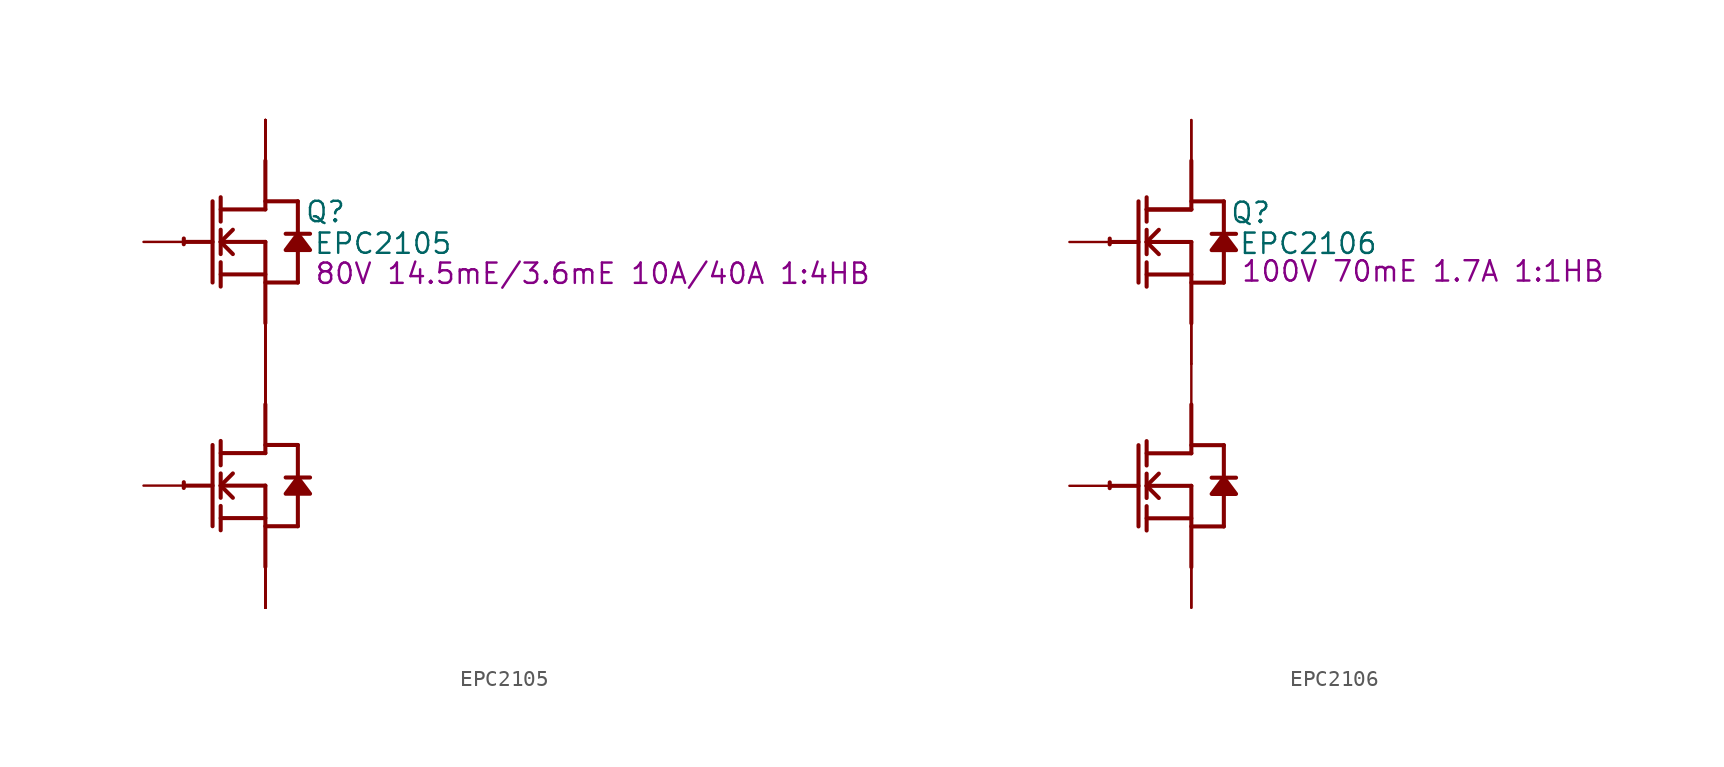
<source format=kicad_sym>
(kicad_symbol_lib
  (version 20241209)
  (generator "kicad_symbol_editor")
  (generator_version "9.0")
  (symbol "EPC2105"
    (property "Reference" "Q"
      (at 3.759 1.88 0)
      (effects (font (size 1.27 1.27))))
    (property "Value" "EPC2105"
      (at 7.366 -0.102 0)
      (effects (font (size 1.27 1.27))))
    (property "Description" "80V 14.5mE/3.6mE 10A/40A 1:4HB"
      (at 20.472 -1.981 0)
      (effects (font (size 1.27 1.27))))
    (symbol "EPC2105_1_0"
      (polyline (pts (xy -5.08 0) (xy -3.302 0)) (stroke (width 0.254) (type solid)) (fill (type none)))
      (polyline (pts (xy -5.08 -15.24) (xy -3.302 -15.24)) (stroke (width 0.254) (type solid)) (fill (type none)))
      (polyline (pts (xy -3.302 2.54) (xy -3.302 -2.54)) (stroke (width 0.254) (type solid)) (fill (type none)))
      (polyline (pts (xy -3.302 -12.7) (xy -3.302 -17.78)) (stroke (width 0.254) (type solid)) (fill (type none)))
      (polyline (pts (xy -2.794 1.27) (xy -2.794 2.794)) (stroke (width 0.254) (type solid)) (fill (type none)))
      (polyline (pts (xy -2.794 0) (xy -2.032 0.762)) (stroke (width 0.254) (type solid)) (fill (type none)))
      (polyline (pts (xy -2.794 0) (xy 0 0)) (stroke (width 0.254) (type solid)) (fill (type none)))
      (polyline (pts (xy -2.794 -0.762) (xy -2.794 0.762)) (stroke (width 0.254) (type solid)) (fill (type none)))
      (polyline (pts (xy -2.794 -2.032) (xy 0 -2.032)) (stroke (width 0.254) (type solid)) (fill (type none)))
      (polyline (pts (xy -2.794 -2.794) (xy -2.794 -1.27)) (stroke (width 0.254) (type solid)) (fill (type none)))
      (polyline (pts (xy -2.794 -13.97) (xy -2.794 -12.446)) (stroke (width 0.254) (type solid)) (fill (type none)))
      (polyline (pts (xy -2.794 -15.24) (xy -2.032 -14.478)) (stroke (width 0.254) (type solid)) (fill (type none)))
      (polyline (pts (xy -2.794 -15.24) (xy 0 -15.24)) (stroke (width 0.254) (type solid)) (fill (type none)))
      (polyline (pts (xy -2.794 -16.002) (xy -2.794 -14.478)) (stroke (width 0.254) (type solid)) (fill (type none)))
      (polyline (pts (xy -2.794 -17.272) (xy 0 -17.272)) (stroke (width 0.254) (type solid)) (fill (type none)))
      (polyline (pts (xy -2.794 -18.034) (xy -2.794 -16.51)) (stroke (width 0.254) (type solid)) (fill (type none)))
      (polyline (pts (xy -2.032 -0.762) (xy -2.794 0)) (stroke (width 0.254) (type solid)) (fill (type none)))
      (polyline (pts (xy -2.032 -16.002) (xy -2.794 -15.24)) (stroke (width 0.254) (type solid)) (fill (type none)))
      (polyline (pts (xy 0 2.54) (xy 2.032 2.54)) (stroke (width 0.254) (type solid)) (fill (type none)))
      (polyline (pts (xy 0 2.032) (xy -2.794 2.032)) (stroke (width 0.254) (type solid)) (fill (type none)))
      (polyline (pts (xy 0 2.032) (xy 0 5.08)) (stroke (width 0.254) (type solid)) (fill (type none)))
      (polyline (pts (xy 0 0) (xy 0 -5.08)) (stroke (width 0.254) (type solid)) (fill (type none)))
      (polyline (pts (xy 0 -2.54) (xy 2.032 -2.54)) (stroke (width 0.254) (type solid)) (fill (type none)))
      (polyline (pts (xy 0 -12.7) (xy 2.032 -12.7)) (stroke (width 0.254) (type solid)) (fill (type none)))
      (polyline (pts (xy 0 -13.208) (xy -2.794 -13.208)) (stroke (width 0.254) (type solid)) (fill (type none)))
      (polyline (pts (xy 0 -13.208) (xy 0 -10.16)) (stroke (width 0.254) (type solid)) (fill (type none)))
      (polyline (pts (xy 0 -15.24) (xy 0 -20.32)) (stroke (width 0.254) (type solid)) (fill (type none)))
      (polyline (pts (xy 0 -17.78) (xy 2.032 -17.78)) (stroke (width 0.254) (type solid)) (fill (type none)))
      (arc (start -5.1019 -0.1467) (mid -5.1039 0.0331) (end -5.0996 0.2128) (stroke (width 0.254) (type solid)) (fill (type none)))
      (arc (start -5.1019 -15.3867) (mid -5.1039 -15.2069) (end -5.0996 -15.0272) (stroke (width 0.254) (type solid)) (fill (type none)))
      (polyline (pts (xy 2.032 2.54) (xy 2.032 0.508)) (stroke (width 0.254) (type solid)) (fill (type none)))
      (polyline (pts (xy 2.032 0.508) (xy 1.27 -0.508) (xy 2.794 -0.508) (xy 2.032 0.508)) (stroke (width 0.254) (type solid)) (fill (type outline)))
      (polyline (pts (xy 2.032 -0.508) (xy 2.032 -2.54)) (stroke (width 0.254) (type solid)) (fill (type none)))
      (polyline (pts (xy 2.032 -12.7) (xy 2.032 -14.732)) (stroke (width 0.254) (type solid)) (fill (type none)))
      (polyline (pts (xy 2.032 -14.732) (xy 1.27 -15.748) (xy 2.794 -15.748) (xy 2.032 -14.732)) (stroke (width 0.254) (type solid)) (fill (type outline)))
      (polyline (pts (xy 2.032 -15.748) (xy 2.032 -17.78)) (stroke (width 0.254) (type solid)) (fill (type none)))
      (polyline (pts (xy 2.794 0.508) (xy 1.27 0.508)) (stroke (width 0.254) (type solid)) (fill (type none)))
      (polyline (pts (xy 2.794 -14.732) (xy 1.27 -14.732)) (stroke (width 0.254) (type solid)) (fill (type none)))
      (pin passive line (at -7.62 0 0) (length 2.54) (name "G1" (effects (font (size 0 0)))) (number "2" (effects (font (size 0 0)))))
      (pin passive line (at -7.62 -15.24 0) (length 2.54) (name "G2" (effects (font (size 0 0)))) (number "4" (effects (font (size 0 0)))))
      (pin open_collector line (at 0 7.62 270) (length 2.54) (name "D1" (effects (font (size 0 0)))) (number "1" (effects (font (size 0 0)))))
      (pin open_collector line (at 0 7.62 270) (length 2.54) (name "D1" (effects (font (size 0 0)))) (number "11" (effects (font (size 0 0)))))
      (pin open_collector line (at 0 7.62 270) (length 2.54) (name "D1" (effects (font (size 0 0)))) (number "21" (effects (font (size 0 0)))))
      (pin open_collector line (at 0 7.62 270) (length 2.54) (name "D1" (effects (font (size 0 0)))) (number "31" (effects (font (size 0 0)))))
      (pin open_collector line (at 0 7.62 270) (length 2.54) (name "D1" (effects (font (size 0 0)))) (number "41" (effects (font (size 0 0)))))
      (pin open_collector line (at 0 7.62 270) (length 2.54) (name "D1" (effects (font (size 0 0)))) (number "51" (effects (font (size 0 0)))))
      (pin open_collector line (at 0 7.62 270) (length 2.54) (name "D1" (effects (font (size 0 0)))) (number "61" (effects (font (size 0 0)))))
      (pin open_collector line (at 0 7.62 270) (length 2.54) (name "D1" (effects (font (size 0 0)))) (number "71" (effects (font (size 0 0)))))
      (pin open_collector line (at 0 -7.62 270) (length 2.54) (name "D2" (effects (font (size 0 0)))) (number "10" (effects (font (size 0 0)))))
      (pin open_emitter line (at 0 -7.62 90) (length 2.54) (name "S1" (effects (font (size 0 0)))) (number "16" (effects (font (size 0 0)))))
      (pin open_collector line (at 0 -7.62 270) (length 2.54) (name "D2" (effects (font (size 0 0)))) (number "17" (effects (font (size 0 0)))))
      (pin open_collector line (at 0 -7.62 270) (length 2.54) (name "D2" (effects (font (size 0 0)))) (number "18" (effects (font (size 0 0)))))
      (pin open_collector line (at 0 -7.62 270) (length 2.54) (name "D2" (effects (font (size 0 0)))) (number "19" (effects (font (size 0 0)))))
      (pin open_collector line (at 0 -7.62 270) (length 2.54) (name "D2" (effects (font (size 0 0)))) (number "20" (effects (font (size 0 0)))))
      (pin open_emitter line (at 0 -7.62 90) (length 2.54) (name "S1" (effects (font (size 0 0)))) (number "26" (effects (font (size 0 0)))))
      (pin open_collector line (at 0 -7.62 270) (length 2.54) (name "D2" (effects (font (size 0 0)))) (number "27" (effects (font (size 0 0)))))
      (pin open_collector line (at 0 -7.62 270) (length 2.54) (name "D2" (effects (font (size 0 0)))) (number "28" (effects (font (size 0 0)))))
      (pin open_collector line (at 0 -7.62 270) (length 2.54) (name "D2" (effects (font (size 0 0)))) (number "29" (effects (font (size 0 0)))))
      (pin passive line (at 0 -7.62 90) (length 2.54) (name "SG1" (effects (font (size 0 0)))) (number "3" (effects (font (size 0 0)))))
      (pin open_collector line (at 0 -7.62 270) (length 2.54) (name "D2" (effects (font (size 0 0)))) (number "30" (effects (font (size 0 0)))))
      (pin open_emitter line (at 0 -7.62 90) (length 2.54) (name "S1" (effects (font (size 0 0)))) (number "36" (effects (font (size 0 0)))))
      (pin open_collector line (at 0 -7.62 270) (length 2.54) (name "D2" (effects (font (size 0 0)))) (number "37" (effects (font (size 0 0)))))
      (pin open_collector line (at 0 -7.62 270) (length 2.54) (name "D2" (effects (font (size 0 0)))) (number "38" (effects (font (size 0 0)))))
      (pin open_collector line (at 0 -7.62 270) (length 2.54) (name "D2" (effects (font (size 0 0)))) (number "39" (effects (font (size 0 0)))))
      (pin open_collector line (at 0 -7.62 270) (length 2.54) (name "D2" (effects (font (size 0 0)))) (number "40" (effects (font (size 0 0)))))
      (pin open_emitter line (at 0 -7.62 90) (length 2.54) (name "S1" (effects (font (size 0 0)))) (number "46" (effects (font (size 0 0)))))
      (pin open_collector line (at 0 -7.62 270) (length 2.54) (name "D2" (effects (font (size 0 0)))) (number "47" (effects (font (size 0 0)))))
      (pin open_collector line (at 0 -7.62 270) (length 2.54) (name "D2" (effects (font (size 0 0)))) (number "48" (effects (font (size 0 0)))))
      (pin open_collector line (at 0 -7.62 270) (length 2.54) (name "D2" (effects (font (size 0 0)))) (number "49" (effects (font (size 0 0)))))
      (pin open_collector line (at 0 -7.62 270) (length 2.54) (name "D2" (effects (font (size 0 0)))) (number "50" (effects (font (size 0 0)))))
      (pin open_emitter line (at 0 -7.62 90) (length 2.54) (name "S1" (effects (font (size 0 0)))) (number "56" (effects (font (size 0 0)))))
      (pin open_collector line (at 0 -7.62 270) (length 2.54) (name "D2" (effects (font (size 0 0)))) (number "57" (effects (font (size 0 0)))))
      (pin open_collector line (at 0 -7.62 270) (length 2.54) (name "D2" (effects (font (size 0 0)))) (number "58" (effects (font (size 0 0)))))
      (pin open_collector line (at 0 -7.62 270) (length 2.54) (name "D2" (effects (font (size 0 0)))) (number "59" (effects (font (size 0 0)))))
      (pin open_emitter line (at 0 -7.62 90) (length 2.54) (name "S1" (effects (font (size 0 0)))) (number "6" (effects (font (size 0 0)))))
      (pin open_collector line (at 0 -7.62 270) (length 2.54) (name "D2" (effects (font (size 0 0)))) (number "60" (effects (font (size 0 0)))))
      (pin open_emitter line (at 0 -7.62 90) (length 2.54) (name "S1" (effects (font (size 0 0)))) (number "66" (effects (font (size 0 0)))))
      (pin open_collector line (at 0 -7.62 270) (length 2.54) (name "D2" (effects (font (size 0 0)))) (number "67" (effects (font (size 0 0)))))
      (pin open_collector line (at 0 -7.62 270) (length 2.54) (name "D2" (effects (font (size 0 0)))) (number "68" (effects (font (size 0 0)))))
      (pin open_collector line (at 0 -7.62 270) (length 2.54) (name "D2" (effects (font (size 0 0)))) (number "69" (effects (font (size 0 0)))))
      (pin open_collector line (at 0 -7.62 270) (length 2.54) (name "D2" (effects (font (size 0 0)))) (number "7" (effects (font (size 0 0)))))
      (pin open_collector line (at 0 -7.62 270) (length 2.54) (name "D2" (effects (font (size 0 0)))) (number "70" (effects (font (size 0 0)))))
      (pin open_collector line (at 0 -7.62 270) (length 2.54) (name "D2" (effects (font (size 0 0)))) (number "8" (effects (font (size 0 0)))))
      (pin open_collector line (at 0 -7.62 270) (length 2.54) (name "D2" (effects (font (size 0 0)))) (number "9" (effects (font (size 0 0)))))
      (pin open_emitter line (at 0 -22.86 90) (length 2.54) (name "S2" (effects (font (size 0 0)))) (number "12" (effects (font (size 0 0)))))
      (pin open_emitter line (at 0 -22.86 90) (length 2.54) (name "S2" (effects (font (size 0 0)))) (number "13" (effects (font (size 0 0)))))
      (pin open_emitter line (at 0 -22.86 90) (length 2.54) (name "S2" (effects (font (size 0 0)))) (number "14" (effects (font (size 0 0)))))
      (pin open_emitter line (at 0 -22.86 90) (length 2.54) (name "S2" (effects (font (size 0 0)))) (number "15" (effects (font (size 0 0)))))
      (pin open_emitter line (at 0 -22.86 90) (length 2.54) (name "S2" (effects (font (size 0 0)))) (number "22" (effects (font (size 0 0)))))
      (pin open_emitter line (at 0 -22.86 90) (length 2.54) (name "S2" (effects (font (size 0 0)))) (number "23" (effects (font (size 0 0)))))
      (pin open_emitter line (at 0 -22.86 90) (length 2.54) (name "S2" (effects (font (size 0 0)))) (number "24" (effects (font (size 0 0)))))
      (pin open_emitter line (at 0 -22.86 90) (length 2.54) (name "S2" (effects (font (size 0 0)))) (number "25" (effects (font (size 0 0)))))
      (pin open_emitter line (at 0 -22.86 90) (length 2.54) (name "S2" (effects (font (size 0 0)))) (number "32" (effects (font (size 0 0)))))
      (pin open_emitter line (at 0 -22.86 90) (length 2.54) (name "S2" (effects (font (size 0 0)))) (number "33" (effects (font (size 0 0)))))
      (pin open_emitter line (at 0 -22.86 90) (length 2.54) (name "S2" (effects (font (size 0 0)))) (number "34" (effects (font (size 0 0)))))
      (pin open_emitter line (at 0 -22.86 90) (length 2.54) (name "S2" (effects (font (size 0 0)))) (number "35" (effects (font (size 0 0)))))
      (pin open_emitter line (at 0 -22.86 90) (length 2.54) (name "S2" (effects (font (size 0 0)))) (number "42" (effects (font (size 0 0)))))
      (pin open_emitter line (at 0 -22.86 90) (length 2.54) (name "S2" (effects (font (size 0 0)))) (number "43" (effects (font (size 0 0)))))
      (pin open_emitter line (at 0 -22.86 90) (length 2.54) (name "S2" (effects (font (size 0 0)))) (number "44" (effects (font (size 0 0)))))
      (pin open_emitter line (at 0 -22.86 90) (length 2.54) (name "S2" (effects (font (size 0 0)))) (number "45" (effects (font (size 0 0)))))
      (pin open_emitter line (at 0 -22.86 90) (length 2.54) (name "S2" (effects (font (size 0 0)))) (number "5" (effects (font (size 0 0)))))
      (pin open_emitter line (at 0 -22.86 90) (length 2.54) (name "S2" (effects (font (size 0 0)))) (number "52" (effects (font (size 0 0)))))
      (pin open_emitter line (at 0 -22.86 90) (length 2.54) (name "S2" (effects (font (size 0 0)))) (number "53" (effects (font (size 0 0)))))
      (pin open_emitter line (at 0 -22.86 90) (length 2.54) (name "S2" (effects (font (size 0 0)))) (number "54" (effects (font (size 0 0)))))
      (pin open_emitter line (at 0 -22.86 90) (length 2.54) (name "S2" (effects (font (size 0 0)))) (number "55" (effects (font (size 0 0)))))
      (pin open_emitter line (at 0 -22.86 90) (length 2.54) (name "S2" (effects (font (size 0 0)))) (number "62" (effects (font (size 0 0)))))
      (pin open_emitter line (at 0 -22.86 90) (length 2.54) (name "S2" (effects (font (size 0 0)))) (number "63" (effects (font (size 0 0)))))
      (pin open_emitter line (at 0 -22.86 90) (length 2.54) (name "S2" (effects (font (size 0 0)))) (number "64" (effects (font (size 0 0)))))
      (pin open_emitter line (at 0 -22.86 90) (length 2.54) (name "S2" (effects (font (size 0 0)))) (number "65" (effects (font (size 0 0)))))
      (pin open_emitter line (at 0 -22.86 90) (length 2.54) (name "S2" (effects (font (size 0 0)))) (number "72" (effects (font (size 0 0)))))
      (pin open_emitter line (at 0 -22.86 90) (length 2.54) (name "S2" (effects (font (size 0 0)))) (number "73" (effects (font (size 0 0)))))
      (pin open_emitter line (at 0 -22.86 90) (length 2.54) (name "S2" (effects (font (size 0 0)))) (number "74" (effects (font (size 0 0)))))
      (pin open_emitter line (at 0 -22.86 90) (length 2.54) (name "S2" (effects (font (size 0 0)))) (number "75" (effects (font (size 0 0)))))))
  (symbol "EPC2106"
    (property "Reference" "Q"
      (at 3.708 1.829 0)
      (effects (font (size 1.27 1.27))))
    (property "Value" "EPC2106"
      (at 7.315 -0.102 0)
      (effects (font (size 1.27 1.27))))
    (property "Description" "100V 70mE 1.7A 1:1HB"
      (at 14.478 -1.829 0)
      (effects (font (size 1.27 1.27))))
    (symbol "EPC2106_1_0"
      (polyline (pts (xy -5.08 0) (xy -3.302 0)) (stroke (width 0.254) (type solid)) (fill (type none)))
      (polyline (pts (xy -5.08 -15.24) (xy -3.302 -15.24)) (stroke (width 0.254) (type solid)) (fill (type none)))
      (polyline (pts (xy -3.302 2.54) (xy -3.302 -2.54)) (stroke (width 0.254) (type solid)) (fill (type none)))
      (polyline (pts (xy -3.302 -12.7) (xy -3.302 -17.78)) (stroke (width 0.254) (type solid)) (fill (type none)))
      (polyline (pts (xy -2.794 1.27) (xy -2.794 2.794)) (stroke (width 0.254) (type solid)) (fill (type none)))
      (polyline (pts (xy -2.794 0) (xy -2.032 0.762)) (stroke (width 0.254) (type solid)) (fill (type none)))
      (polyline (pts (xy -2.794 0) (xy 0 0)) (stroke (width 0.254) (type solid)) (fill (type none)))
      (polyline (pts (xy -2.794 -0.762) (xy -2.794 0.762)) (stroke (width 0.254) (type solid)) (fill (type none)))
      (polyline (pts (xy -2.794 -2.032) (xy 0 -2.032)) (stroke (width 0.254) (type solid)) (fill (type none)))
      (polyline (pts (xy -2.794 -2.794) (xy -2.794 -1.27)) (stroke (width 0.254) (type solid)) (fill (type none)))
      (polyline (pts (xy -2.794 -13.97) (xy -2.794 -12.446)) (stroke (width 0.254) (type solid)) (fill (type none)))
      (polyline (pts (xy -2.794 -15.24) (xy -2.032 -14.478)) (stroke (width 0.254) (type solid)) (fill (type none)))
      (polyline (pts (xy -2.794 -15.24) (xy 0 -15.24)) (stroke (width 0.254) (type solid)) (fill (type none)))
      (polyline (pts (xy -2.794 -16.002) (xy -2.794 -14.478)) (stroke (width 0.254) (type solid)) (fill (type none)))
      (polyline (pts (xy -2.794 -17.272) (xy 0 -17.272)) (stroke (width 0.254) (type solid)) (fill (type none)))
      (polyline (pts (xy -2.794 -18.034) (xy -2.794 -16.51)) (stroke (width 0.254) (type solid)) (fill (type none)))
      (polyline (pts (xy -2.032 -0.762) (xy -2.794 0)) (stroke (width 0.254) (type solid)) (fill (type none)))
      (polyline (pts (xy -2.032 -16.002) (xy -2.794 -15.24)) (stroke (width 0.254) (type solid)) (fill (type none)))
      (polyline (pts (xy 0 2.54) (xy 2.032 2.54)) (stroke (width 0.254) (type solid)) (fill (type none)))
      (polyline (pts (xy 0 2.032) (xy -2.794 2.032)) (stroke (width 0.254) (type solid)) (fill (type none)))
      (polyline (pts (xy 0 2.032) (xy -2.794 2.032)) (stroke (width 0.254) (type solid)) (fill (type none)))
      (polyline (pts (xy 0 2.032) (xy 0 5.08)) (stroke (width 0.254) (type solid)) (fill (type none)))
      (polyline (pts (xy 0 0) (xy 0 -5.08)) (stroke (width 0.254) (type solid)) (fill (type none)))
      (polyline (pts (xy 0 -2.54) (xy 2.032 -2.54)) (stroke (width 0.254) (type solid)) (fill (type none)))
      (polyline (pts (xy 0 -12.7) (xy 2.032 -12.7)) (stroke (width 0.254) (type solid)) (fill (type none)))
      (polyline (pts (xy 0 -13.208) (xy -2.794 -13.208)) (stroke (width 0.254) (type solid)) (fill (type none)))
      (polyline (pts (xy 0 -13.208) (xy 0 -10.16)) (stroke (width 0.254) (type solid)) (fill (type none)))
      (polyline (pts (xy 0 -15.24) (xy 0 -20.32)) (stroke (width 0.254) (type solid)) (fill (type none)))
      (polyline (pts (xy 0 -17.78) (xy 2.032 -17.78)) (stroke (width 0.254) (type solid)) (fill (type none)))
      (arc (start -5.1019 -0.1467) (mid -5.1039 0.0331) (end -5.0996 0.2128) (stroke (width 0.254) (type solid)) (fill (type none)))
      (arc (start -5.1019 -15.3867) (mid -5.1039 -15.2069) (end -5.0996 -15.0272) (stroke (width 0.254) (type solid)) (fill (type none)))
      (polyline (pts (xy 2.032 2.54) (xy 2.032 0.508)) (stroke (width 0.254) (type solid)) (fill (type none)))
      (polyline (pts (xy 2.032 0.508) (xy 1.27 -0.508) (xy 2.794 -0.508) (xy 2.032 0.508)) (stroke (width 0.254) (type solid)) (fill (type outline)))
      (polyline (pts (xy 2.032 -0.508) (xy 2.032 -2.54)) (stroke (width 0.254) (type solid)) (fill (type none)))
      (polyline (pts (xy 2.032 -12.7) (xy 2.032 -14.732)) (stroke (width 0.254) (type solid)) (fill (type none)))
      (polyline (pts (xy 2.032 -14.732) (xy 1.27 -15.748) (xy 2.794 -15.748) (xy 2.032 -14.732)) (stroke (width 0.254) (type solid)) (fill (type outline)))
      (polyline (pts (xy 2.032 -15.748) (xy 2.032 -17.78)) (stroke (width 0.254) (type solid)) (fill (type none)))
      (polyline (pts (xy 2.794 0.508) (xy 1.27 0.508)) (stroke (width 0.254) (type solid)) (fill (type none)))
      (polyline (pts (xy 2.794 -14.732) (xy 1.27 -14.732)) (stroke (width 0.254) (type solid)) (fill (type none)))
      (pin passive line (at -7.62 0 0) (length 2.54) (name "G1" (effects (font (size 0 0)))) (number "1" (effects (font (size 0 0)))))
      (pin passive line (at -7.62 -15.24 0) (length 2.54) (name "G2" (effects (font (size 0 0)))) (number "3" (effects (font (size 0 0)))))
      (pin open_collector line (at 0 7.62 270) (length 2.54) (name "D1" (effects (font (size 0 0)))) (number "4" (effects (font (size 0 0)))))
      (pin open_collector line (at 0 7.62 270) (length 2.54) (name "D1" (effects (font (size 0 0)))) (number "7" (effects (font (size 0 0)))))
      (pin open_emitter line (at 0 -7.62 90) (length 2.54) (name "S1" (effects (font (size 0 0)))) (number "2" (effects (font (size 0 0)))))
      (pin open_emitter line (at 0 -7.62 90) (length 2.54) (name "S1" (effects (font (size 0 0)))) (number "5" (effects (font (size 0 0)))))
      (pin open_collector line (at 0 -7.62 270) (length 2.54) (name "D2" (effects (font (size 0 0)))) (number "8" (effects (font (size 0 0)))))
      (pin open_emitter line (at 0 -22.86 90) (length 2.54) (name "S2" (effects (font (size 0 0)))) (number "6" (effects (font (size 0 0)))))
      (pin open_emitter line (at 0 -22.86 90) (length 2.54) (name "S2" (effects (font (size 0 0)))) (number "9" (effects (font (size 0 0))))))))
</source>
